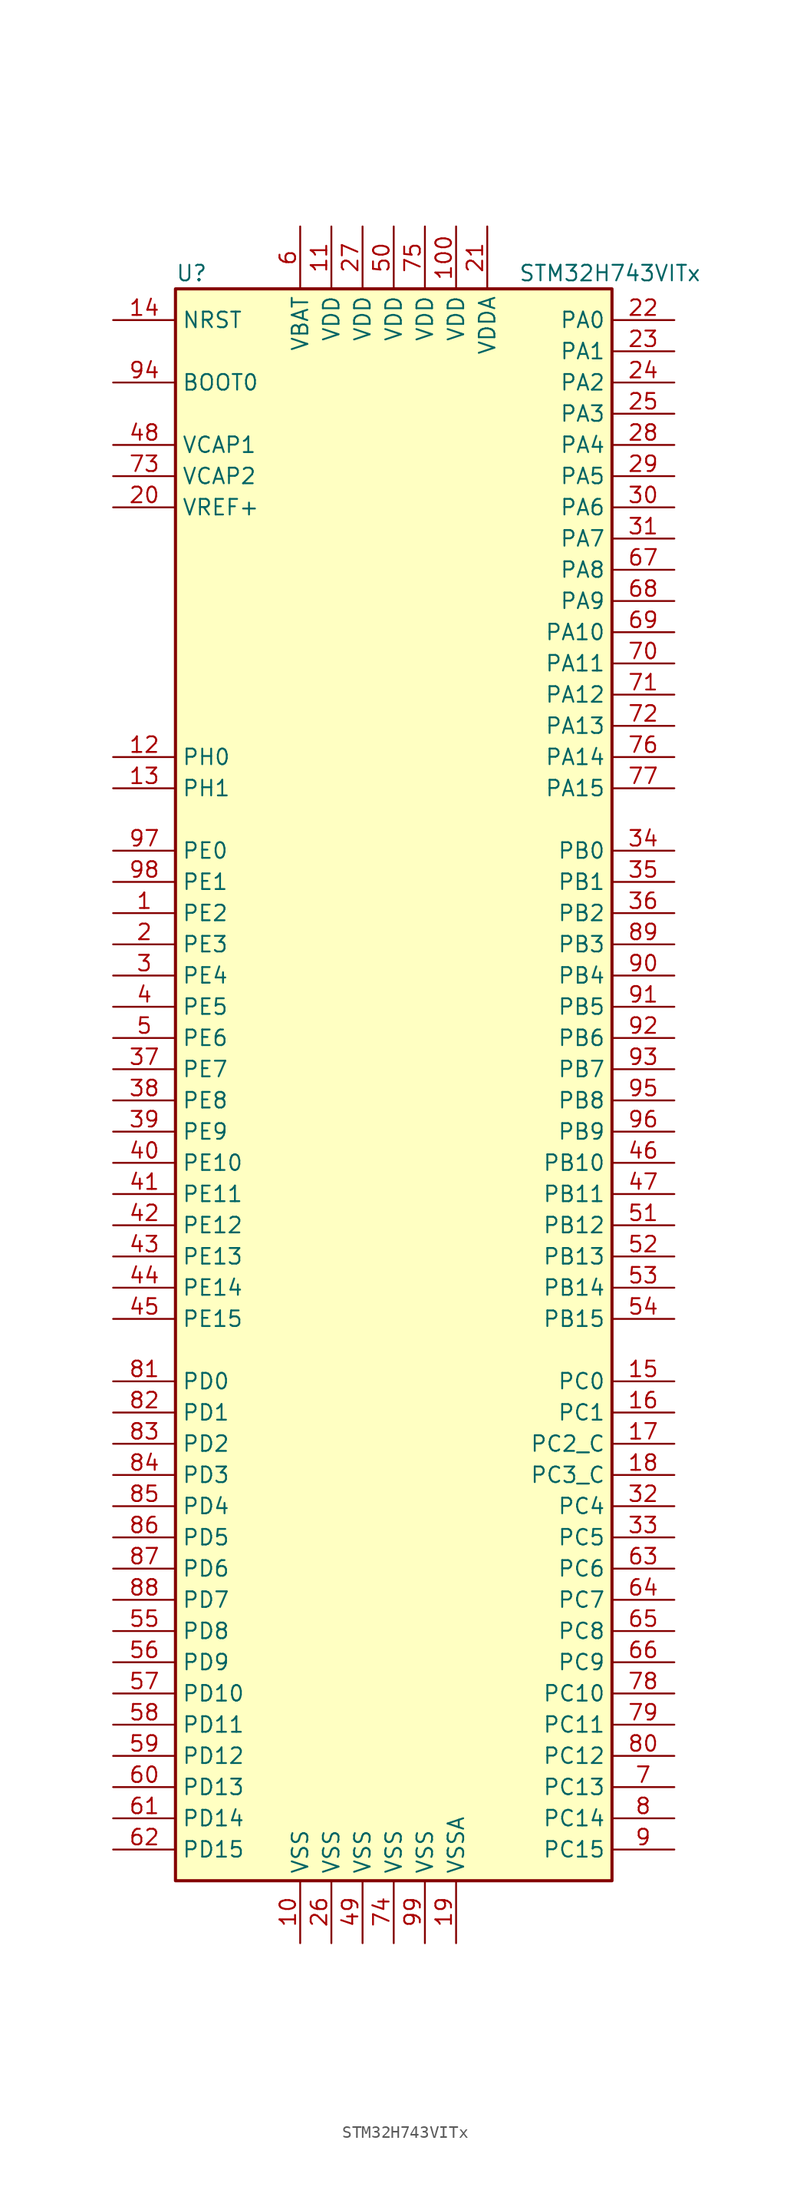
<source format=kicad_sym>
(kicad_symbol_lib
  (version 20201005)
  (generator kicad_symbol_editor)
  (symbol "MCU_ST_STM32H7:STM32H743VITx"
    (property "Reference" "U"
      (at -17.78 64.77 0)
      (effects (font (size 1.27 1.27)) (justify left)))
    (property "Value" "STM32H743VITx"
      (at 10.16 64.77 0)
      (effects (font (size 1.27 1.27)) (justify left)))
    (symbol "STM32H743VITx_0_1"
      (rectangle (start -17.78 -66.04) (end 17.78 63.5) (stroke (width 0.254)) (fill (type background))))
    (symbol "STM32H743VITx_1_1"
      (pin input line (at -22.86 55.88 0) (length 5.08) (name "BOOT0" (effects (font (size 1.27 1.27)))) (number "94" (effects (font (size 1.27 1.27)))))
      (pin input line (at -22.86 60.96 0) (length 5.08) (name "NRST" (effects (font (size 1.27 1.27)))) (number "14" (effects (font (size 1.27 1.27)))))
      (pin bidirectional line (at 22.86 60.96 180) (length 5.08) (name "PA0" (effects (font (size 1.27 1.27)))) (number "22" (effects (font (size 1.27 1.27)))))
      (pin bidirectional line (at 22.86 58.42 180) (length 5.08) (name "PA1" (effects (font (size 1.27 1.27)))) (number "23" (effects (font (size 1.27 1.27)))))
      (pin bidirectional line (at 22.86 35.56 180) (length 5.08) (name "PA10" (effects (font (size 1.27 1.27)))) (number "69" (effects (font (size 1.27 1.27)))))
      (pin bidirectional line (at 22.86 33.02 180) (length 5.08) (name "PA11" (effects (font (size 1.27 1.27)))) (number "70" (effects (font (size 1.27 1.27)))))
      (pin bidirectional line (at 22.86 30.48 180) (length 5.08) (name "PA12" (effects (font (size 1.27 1.27)))) (number "71" (effects (font (size 1.27 1.27)))))
      (pin bidirectional line (at 22.86 27.94 180) (length 5.08) (name "PA13" (effects (font (size 1.27 1.27)))) (number "72" (effects (font (size 1.27 1.27)))))
      (pin bidirectional line (at 22.86 25.4 180) (length 5.08) (name "PA14" (effects (font (size 1.27 1.27)))) (number "76" (effects (font (size 1.27 1.27)))))
      (pin bidirectional line (at 22.86 22.86 180) (length 5.08) (name "PA15" (effects (font (size 1.27 1.27)))) (number "77" (effects (font (size 1.27 1.27)))))
      (pin bidirectional line (at 22.86 55.88 180) (length 5.08) (name "PA2" (effects (font (size 1.27 1.27)))) (number "24" (effects (font (size 1.27 1.27)))))
      (pin bidirectional line (at 22.86 53.34 180) (length 5.08) (name "PA3" (effects (font (size 1.27 1.27)))) (number "25" (effects (font (size 1.27 1.27)))))
      (pin bidirectional line (at 22.86 50.8 180) (length 5.08) (name "PA4" (effects (font (size 1.27 1.27)))) (number "28" (effects (font (size 1.27 1.27)))))
      (pin bidirectional line (at 22.86 48.26 180) (length 5.08) (name "PA5" (effects (font (size 1.27 1.27)))) (number "29" (effects (font (size 1.27 1.27)))))
      (pin bidirectional line (at 22.86 45.72 180) (length 5.08) (name "PA6" (effects (font (size 1.27 1.27)))) (number "30" (effects (font (size 1.27 1.27)))))
      (pin bidirectional line (at 22.86 43.18 180) (length 5.08) (name "PA7" (effects (font (size 1.27 1.27)))) (number "31" (effects (font (size 1.27 1.27)))))
      (pin bidirectional line (at 22.86 40.64 180) (length 5.08) (name "PA8" (effects (font (size 1.27 1.27)))) (number "67" (effects (font (size 1.27 1.27)))))
      (pin bidirectional line (at 22.86 38.1 180) (length 5.08) (name "PA9" (effects (font (size 1.27 1.27)))) (number "68" (effects (font (size 1.27 1.27)))))
      (pin bidirectional line (at 22.86 17.78 180) (length 5.08) (name "PB0" (effects (font (size 1.27 1.27)))) (number "34" (effects (font (size 1.27 1.27)))))
      (pin bidirectional line (at 22.86 15.24 180) (length 5.08) (name "PB1" (effects (font (size 1.27 1.27)))) (number "35" (effects (font (size 1.27 1.27)))))
      (pin bidirectional line (at 22.86 -7.62 180) (length 5.08) (name "PB10" (effects (font (size 1.27 1.27)))) (number "46" (effects (font (size 1.27 1.27)))))
      (pin bidirectional line (at 22.86 -10.16 180) (length 5.08) (name "PB11" (effects (font (size 1.27 1.27)))) (number "47" (effects (font (size 1.27 1.27)))))
      (pin bidirectional line (at 22.86 -12.7 180) (length 5.08) (name "PB12" (effects (font (size 1.27 1.27)))) (number "51" (effects (font (size 1.27 1.27)))))
      (pin bidirectional line (at 22.86 -15.24 180) (length 5.08) (name "PB13" (effects (font (size 1.27 1.27)))) (number "52" (effects (font (size 1.27 1.27)))))
      (pin bidirectional line (at 22.86 -17.78 180) (length 5.08) (name "PB14" (effects (font (size 1.27 1.27)))) (number "53" (effects (font (size 1.27 1.27)))))
      (pin bidirectional line (at 22.86 -20.32 180) (length 5.08) (name "PB15" (effects (font (size 1.27 1.27)))) (number "54" (effects (font (size 1.27 1.27)))))
      (pin bidirectional line (at 22.86 12.7 180) (length 5.08) (name "PB2" (effects (font (size 1.27 1.27)))) (number "36" (effects (font (size 1.27 1.27)))))
      (pin bidirectional line (at 22.86 10.16 180) (length 5.08) (name "PB3" (effects (font (size 1.27 1.27)))) (number "89" (effects (font (size 1.27 1.27)))))
      (pin bidirectional line (at 22.86 7.62 180) (length 5.08) (name "PB4" (effects (font (size 1.27 1.27)))) (number "90" (effects (font (size 1.27 1.27)))))
      (pin bidirectional line (at 22.86 5.08 180) (length 5.08) (name "PB5" (effects (font (size 1.27 1.27)))) (number "91" (effects (font (size 1.27 1.27)))))
      (pin bidirectional line (at 22.86 2.54 180) (length 5.08) (name "PB6" (effects (font (size 1.27 1.27)))) (number "92" (effects (font (size 1.27 1.27)))))
      (pin bidirectional line (at 22.86 0 180) (length 5.08) (name "PB7" (effects (font (size 1.27 1.27)))) (number "93" (effects (font (size 1.27 1.27)))))
      (pin bidirectional line (at 22.86 -2.54 180) (length 5.08) (name "PB8" (effects (font (size 1.27 1.27)))) (number "95" (effects (font (size 1.27 1.27)))))
      (pin bidirectional line (at 22.86 -5.08 180) (length 5.08) (name "PB9" (effects (font (size 1.27 1.27)))) (number "96" (effects (font (size 1.27 1.27)))))
      (pin bidirectional line (at 22.86 -25.4 180) (length 5.08) (name "PC0" (effects (font (size 1.27 1.27)))) (number "15" (effects (font (size 1.27 1.27)))))
      (pin bidirectional line (at 22.86 -27.94 180) (length 5.08) (name "PC1" (effects (font (size 1.27 1.27)))) (number "16" (effects (font (size 1.27 1.27)))))
      (pin bidirectional line (at 22.86 -50.8 180) (length 5.08) (name "PC10" (effects (font (size 1.27 1.27)))) (number "78" (effects (font (size 1.27 1.27)))))
      (pin bidirectional line (at 22.86 -53.34 180) (length 5.08) (name "PC11" (effects (font (size 1.27 1.27)))) (number "79" (effects (font (size 1.27 1.27)))))
      (pin bidirectional line (at 22.86 -55.88 180) (length 5.08) (name "PC12" (effects (font (size 1.27 1.27)))) (number "80" (effects (font (size 1.27 1.27)))))
      (pin bidirectional line (at 22.86 -58.42 180) (length 5.08) (name "PC13" (effects (font (size 1.27 1.27)))) (number "7" (effects (font (size 1.27 1.27)))))
      (pin bidirectional line (at 22.86 -60.96 180) (length 5.08) (name "PC14" (effects (font (size 1.27 1.27)))) (number "8" (effects (font (size 1.27 1.27)))))
      (pin bidirectional line (at 22.86 -63.5 180) (length 5.08) (name "PC15" (effects (font (size 1.27 1.27)))) (number "9" (effects (font (size 1.27 1.27)))))
      (pin bidirectional line (at 22.86 -30.48 180) (length 5.08) (name "PC2_C" (effects (font (size 1.27 1.27)))) (number "17" (effects (font (size 1.27 1.27)))))
      (pin bidirectional line (at 22.86 -33.02 180) (length 5.08) (name "PC3_C" (effects (font (size 1.27 1.27)))) (number "18" (effects (font (size 1.27 1.27)))))
      (pin bidirectional line (at 22.86 -35.56 180) (length 5.08) (name "PC4" (effects (font (size 1.27 1.27)))) (number "32" (effects (font (size 1.27 1.27)))))
      (pin bidirectional line (at 22.86 -38.1 180) (length 5.08) (name "PC5" (effects (font (size 1.27 1.27)))) (number "33" (effects (font (size 1.27 1.27)))))
      (pin bidirectional line (at 22.86 -40.64 180) (length 5.08) (name "PC6" (effects (font (size 1.27 1.27)))) (number "63" (effects (font (size 1.27 1.27)))))
      (pin bidirectional line (at 22.86 -43.18 180) (length 5.08) (name "PC7" (effects (font (size 1.27 1.27)))) (number "64" (effects (font (size 1.27 1.27)))))
      (pin bidirectional line (at 22.86 -45.72 180) (length 5.08) (name "PC8" (effects (font (size 1.27 1.27)))) (number "65" (effects (font (size 1.27 1.27)))))
      (pin bidirectional line (at 22.86 -48.26 180) (length 5.08) (name "PC9" (effects (font (size 1.27 1.27)))) (number "66" (effects (font (size 1.27 1.27)))))
      (pin bidirectional line (at -22.86 -25.4 0) (length 5.08) (name "PD0" (effects (font (size 1.27 1.27)))) (number "81" (effects (font (size 1.27 1.27)))))
      (pin bidirectional line (at -22.86 -27.94 0) (length 5.08) (name "PD1" (effects (font (size 1.27 1.27)))) (number "82" (effects (font (size 1.27 1.27)))))
      (pin bidirectional line (at -22.86 -50.8 0) (length 5.08) (name "PD10" (effects (font (size 1.27 1.27)))) (number "57" (effects (font (size 1.27 1.27)))))
      (pin bidirectional line (at -22.86 -53.34 0) (length 5.08) (name "PD11" (effects (font (size 1.27 1.27)))) (number "58" (effects (font (size 1.27 1.27)))))
      (pin bidirectional line (at -22.86 -55.88 0) (length 5.08) (name "PD12" (effects (font (size 1.27 1.27)))) (number "59" (effects (font (size 1.27 1.27)))))
      (pin bidirectional line (at -22.86 -58.42 0) (length 5.08) (name "PD13" (effects (font (size 1.27 1.27)))) (number "60" (effects (font (size 1.27 1.27)))))
      (pin bidirectional line (at -22.86 -60.96 0) (length 5.08) (name "PD14" (effects (font (size 1.27 1.27)))) (number "61" (effects (font (size 1.27 1.27)))))
      (pin bidirectional line (at -22.86 -63.5 0) (length 5.08) (name "PD15" (effects (font (size 1.27 1.27)))) (number "62" (effects (font (size 1.27 1.27)))))
      (pin bidirectional line (at -22.86 -30.48 0) (length 5.08) (name "PD2" (effects (font (size 1.27 1.27)))) (number "83" (effects (font (size 1.27 1.27)))))
      (pin bidirectional line (at -22.86 -33.02 0) (length 5.08) (name "PD3" (effects (font (size 1.27 1.27)))) (number "84" (effects (font (size 1.27 1.27)))))
      (pin bidirectional line (at -22.86 -35.56 0) (length 5.08) (name "PD4" (effects (font (size 1.27 1.27)))) (number "85" (effects (font (size 1.27 1.27)))))
      (pin bidirectional line (at -22.86 -38.1 0) (length 5.08) (name "PD5" (effects (font (size 1.27 1.27)))) (number "86" (effects (font (size 1.27 1.27)))))
      (pin bidirectional line (at -22.86 -40.64 0) (length 5.08) (name "PD6" (effects (font (size 1.27 1.27)))) (number "87" (effects (font (size 1.27 1.27)))))
      (pin bidirectional line (at -22.86 -43.18 0) (length 5.08) (name "PD7" (effects (font (size 1.27 1.27)))) (number "88" (effects (font (size 1.27 1.27)))))
      (pin bidirectional line (at -22.86 -45.72 0) (length 5.08) (name "PD8" (effects (font (size 1.27 1.27)))) (number "55" (effects (font (size 1.27 1.27)))))
      (pin bidirectional line (at -22.86 -48.26 0) (length 5.08) (name "PD9" (effects (font (size 1.27 1.27)))) (number "56" (effects (font (size 1.27 1.27)))))
      (pin bidirectional line (at -22.86 17.78 0) (length 5.08) (name "PE0" (effects (font (size 1.27 1.27)))) (number "97" (effects (font (size 1.27 1.27)))))
      (pin bidirectional line (at -22.86 15.24 0) (length 5.08) (name "PE1" (effects (font (size 1.27 1.27)))) (number "98" (effects (font (size 1.27 1.27)))))
      (pin bidirectional line (at -22.86 -7.62 0) (length 5.08) (name "PE10" (effects (font (size 1.27 1.27)))) (number "40" (effects (font (size 1.27 1.27)))))
      (pin bidirectional line (at -22.86 -10.16 0) (length 5.08) (name "PE11" (effects (font (size 1.27 1.27)))) (number "41" (effects (font (size 1.27 1.27)))))
      (pin bidirectional line (at -22.86 -12.7 0) (length 5.08) (name "PE12" (effects (font (size 1.27 1.27)))) (number "42" (effects (font (size 1.27 1.27)))))
      (pin bidirectional line (at -22.86 -15.24 0) (length 5.08) (name "PE13" (effects (font (size 1.27 1.27)))) (number "43" (effects (font (size 1.27 1.27)))))
      (pin bidirectional line (at -22.86 -17.78 0) (length 5.08) (name "PE14" (effects (font (size 1.27 1.27)))) (number "44" (effects (font (size 1.27 1.27)))))
      (pin bidirectional line (at -22.86 -20.32 0) (length 5.08) (name "PE15" (effects (font (size 1.27 1.27)))) (number "45" (effects (font (size 1.27 1.27)))))
      (pin bidirectional line (at -22.86 12.7 0) (length 5.08) (name "PE2" (effects (font (size 1.27 1.27)))) (number "1" (effects (font (size 1.27 1.27)))))
      (pin bidirectional line (at -22.86 10.16 0) (length 5.08) (name "PE3" (effects (font (size 1.27 1.27)))) (number "2" (effects (font (size 1.27 1.27)))))
      (pin bidirectional line (at -22.86 7.62 0) (length 5.08) (name "PE4" (effects (font (size 1.27 1.27)))) (number "3" (effects (font (size 1.27 1.27)))))
      (pin bidirectional line (at -22.86 5.08 0) (length 5.08) (name "PE5" (effects (font (size 1.27 1.27)))) (number "4" (effects (font (size 1.27 1.27)))))
      (pin bidirectional line (at -22.86 2.54 0) (length 5.08) (name "PE6" (effects (font (size 1.27 1.27)))) (number "5" (effects (font (size 1.27 1.27)))))
      (pin bidirectional line (at -22.86 0 0) (length 5.08) (name "PE7" (effects (font (size 1.27 1.27)))) (number "37" (effects (font (size 1.27 1.27)))))
      (pin bidirectional line (at -22.86 -2.54 0) (length 5.08) (name "PE8" (effects (font (size 1.27 1.27)))) (number "38" (effects (font (size 1.27 1.27)))))
      (pin bidirectional line (at -22.86 -5.08 0) (length 5.08) (name "PE9" (effects (font (size 1.27 1.27)))) (number "39" (effects (font (size 1.27 1.27)))))
      (pin input line (at -22.86 25.4 0) (length 5.08) (name "PH0" (effects (font (size 1.27 1.27)))) (number "12" (effects (font (size 1.27 1.27)))))
      (pin input line (at -22.86 22.86 0) (length 5.08) (name "PH1" (effects (font (size 1.27 1.27)))) (number "13" (effects (font (size 1.27 1.27)))))
      (pin power_in line (at -7.62 68.58 270) (length 5.08) (name "VBAT" (effects (font (size 1.27 1.27)))) (number "6" (effects (font (size 1.27 1.27)))))
      (pin power_in line (at -22.86 50.8 0) (length 5.08) (name "VCAP1" (effects (font (size 1.27 1.27)))) (number "48" (effects (font (size 1.27 1.27)))))
      (pin power_in line (at -22.86 48.26 0) (length 5.08) (name "VCAP2" (effects (font (size 1.27 1.27)))) (number "73" (effects (font (size 1.27 1.27)))))
      (pin power_in line (at 5.08 68.58 270) (length 5.08) (name "VDD" (effects (font (size 1.27 1.27)))) (number "100" (effects (font (size 1.27 1.27)))))
      (pin power_in line (at -5.08 68.58 270) (length 5.08) (name "VDD" (effects (font (size 1.27 1.27)))) (number "11" (effects (font (size 1.27 1.27)))))
      (pin power_in line (at -2.54 68.58 270) (length 5.08) (name "VDD" (effects (font (size 1.27 1.27)))) (number "27" (effects (font (size 1.27 1.27)))))
      (pin power_in line (at 0 68.58 270) (length 5.08) (name "VDD" (effects (font (size 1.27 1.27)))) (number "50" (effects (font (size 1.27 1.27)))))
      (pin power_in line (at 2.54 68.58 270) (length 5.08) (name "VDD" (effects (font (size 1.27 1.27)))) (number "75" (effects (font (size 1.27 1.27)))))
      (pin power_in line (at 7.62 68.58 270) (length 5.08) (name "VDDA" (effects (font (size 1.27 1.27)))) (number "21" (effects (font (size 1.27 1.27)))))
      (pin bidirectional line (at -22.86 45.72 0) (length 5.08) (name "VREF+" (effects (font (size 1.27 1.27)))) (number "20" (effects (font (size 1.27 1.27)))))
      (pin power_in line (at -7.62 -71.12 90) (length 5.08) (name "VSS" (effects (font (size 1.27 1.27)))) (number "10" (effects (font (size 1.27 1.27)))))
      (pin power_in line (at -5.08 -71.12 90) (length 5.08) (name "VSS" (effects (font (size 1.27 1.27)))) (number "26" (effects (font (size 1.27 1.27)))))
      (pin power_in line (at -2.54 -71.12 90) (length 5.08) (name "VSS" (effects (font (size 1.27 1.27)))) (number "49" (effects (font (size 1.27 1.27)))))
      (pin power_in line (at 0 -71.12 90) (length 5.08) (name "VSS" (effects (font (size 1.27 1.27)))) (number "74" (effects (font (size 1.27 1.27)))))
      (pin power_in line (at 2.54 -71.12 90) (length 5.08) (name "VSS" (effects (font (size 1.27 1.27)))) (number "99" (effects (font (size 1.27 1.27)))))
      (pin power_in line (at 5.08 -71.12 90) (length 5.08) (name "VSSA" (effects (font (size 1.27 1.27)))) (number "19" (effects (font (size 1.27 1.27))))))))
</source>
